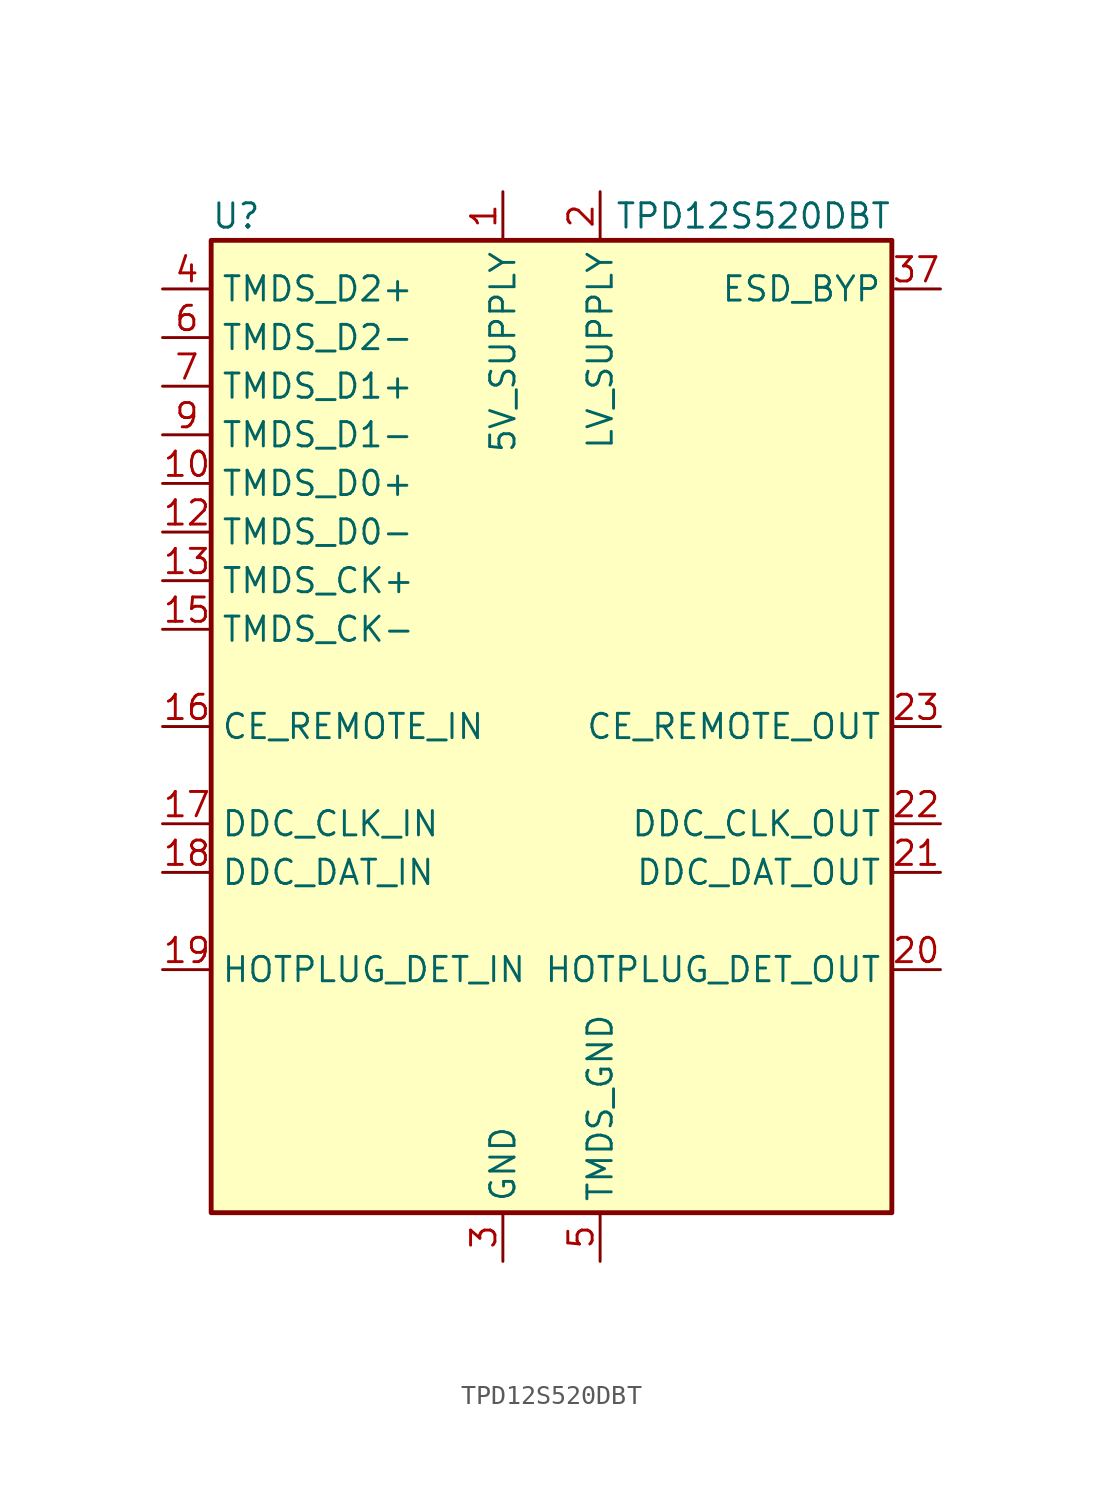
<source format=kicad_sym>
(kicad_symbol_lib
  (version 20201005)
  (generator kicad_symbol_editor)
  (symbol "TPD12S520DBT"
    (property "Reference" "U"
      (at -17.78 26.67 0)
      (effects (font (size 1.27 1.27)) (justify left)))
    (property "Value" "TPD12S520DBT"
      (at 17.78 26.67 0)
      (effects (font (size 1.27 1.27)) (justify right)))
    (symbol "TPD12S520DBT_0_1"
      (rectangle (start -17.78 25.4) (end 17.78 -25.4) (stroke (width 0.254)) (fill (type background))))
    (symbol "TPD12S520DBT_1_1"
      (pin power_in line (at -2.54 27.94 270) (length 2.54) (name "5V_SUPPLY" (effects (font (size 1.27 1.27)))) (number "1" (effects (font (size 1.27 1.27)))))
      (pin passive line (at -20.32 12.7 0) (length 2.54) (name "TMDS_D0+" (effects (font (size 1.27 1.27)))) (number "10" (effects (font (size 1.27 1.27)))))
      (pin passive line (at 2.54 -27.94 90) (length 2.54) hide (name "TMDS_GND" (effects (font (size 1.27 1.27)))) (number "11" (effects (font (size 1.27 1.27)))))
      (pin passive line (at -20.32 10.16 0) (length 2.54) (name "TMDS_D0-" (effects (font (size 1.27 1.27)))) (number "12" (effects (font (size 1.27 1.27)))))
      (pin passive line (at -20.32 7.62 0) (length 2.54) (name "TMDS_CK+" (effects (font (size 1.27 1.27)))) (number "13" (effects (font (size 1.27 1.27)))))
      (pin passive line (at 2.54 -27.94 90) (length 2.54) hide (name "TMDS_GND" (effects (font (size 1.27 1.27)))) (number "14" (effects (font (size 1.27 1.27)))))
      (pin passive line (at -20.32 5.08 0) (length 2.54) (name "TMDS_CK-" (effects (font (size 1.27 1.27)))) (number "15" (effects (font (size 1.27 1.27)))))
      (pin bidirectional line (at -20.32 0 0) (length 2.54) (name "CE_REMOTE_IN" (effects (font (size 1.27 1.27)))) (number "16" (effects (font (size 1.27 1.27)))))
      (pin bidirectional line (at -20.32 -5.08 0) (length 2.54) (name "DDC_CLK_IN" (effects (font (size 1.27 1.27)))) (number "17" (effects (font (size 1.27 1.27)))))
      (pin bidirectional line (at -20.32 -7.62 0) (length 2.54) (name "DDC_DAT_IN" (effects (font (size 1.27 1.27)))) (number "18" (effects (font (size 1.27 1.27)))))
      (pin bidirectional line (at -20.32 -12.7 0) (length 2.54) (name "HOTPLUG_DET_IN" (effects (font (size 1.27 1.27)))) (number "19" (effects (font (size 1.27 1.27)))))
      (pin power_in line (at 2.54 27.94 270) (length 2.54) (name "LV_SUPPLY" (effects (font (size 1.27 1.27)))) (number "2" (effects (font (size 1.27 1.27)))))
      (pin bidirectional line (at 20.32 -12.7 180) (length 2.54) (name "HOTPLUG_DET_OUT" (effects (font (size 1.27 1.27)))) (number "20" (effects (font (size 1.27 1.27)))))
      (pin bidirectional line (at 20.32 -7.62 180) (length 2.54) (name "DDC_DAT_OUT" (effects (font (size 1.27 1.27)))) (number "21" (effects (font (size 1.27 1.27)))))
      (pin bidirectional line (at 20.32 -5.08 180) (length 2.54) (name "DDC_CLK_OUT" (effects (font (size 1.27 1.27)))) (number "22" (effects (font (size 1.27 1.27)))))
      (pin bidirectional line (at 20.32 0 180) (length 2.54) (name "CE_REMOTE_OUT" (effects (font (size 1.27 1.27)))) (number "23" (effects (font (size 1.27 1.27)))))
      (pin passive line (at -20.32 5.08 0) (length 2.54) hide (name "TMDS_CK-" (effects (font (size 1.27 1.27)))) (number "24" (effects (font (size 1.27 1.27)))))
      (pin passive line (at 2.54 -27.94 90) (length 2.54) hide (name "TMDS_GND" (effects (font (size 1.27 1.27)))) (number "25" (effects (font (size 1.27 1.27)))))
      (pin passive line (at -20.32 7.62 0) (length 2.54) hide (name "TMDS_CK+" (effects (font (size 1.27 1.27)))) (number "26" (effects (font (size 1.27 1.27)))))
      (pin passive line (at -20.32 10.16 0) (length 2.54) hide (name "TMDS_D0-" (effects (font (size 1.27 1.27)))) (number "27" (effects (font (size 1.27 1.27)))))
      (pin passive line (at 2.54 -27.94 90) (length 2.54) hide (name "TMDS_GND" (effects (font (size 1.27 1.27)))) (number "28" (effects (font (size 1.27 1.27)))))
      (pin passive line (at -20.32 12.7 0) (length 2.54) hide (name "TMDS_D0+" (effects (font (size 1.27 1.27)))) (number "29" (effects (font (size 1.27 1.27)))))
      (pin power_in line (at -2.54 -27.94 90) (length 2.54) (name "GND" (effects (font (size 1.27 1.27)))) (number "3" (effects (font (size 1.27 1.27)))))
      (pin passive line (at -20.32 15.24 0) (length 2.54) hide (name "TMDS_D1-" (effects (font (size 1.27 1.27)))) (number "30" (effects (font (size 1.27 1.27)))))
      (pin passive line (at 2.54 -27.94 90) (length 2.54) hide (name "TMDS_GND" (effects (font (size 1.27 1.27)))) (number "31" (effects (font (size 1.27 1.27)))))
      (pin passive line (at -20.32 17.78 0) (length 2.54) hide (name "TMDS_D1+" (effects (font (size 1.27 1.27)))) (number "32" (effects (font (size 1.27 1.27)))))
      (pin passive line (at -20.32 20.32 0) (length 2.54) hide (name "TMDS_D2-" (effects (font (size 1.27 1.27)))) (number "33" (effects (font (size 1.27 1.27)))))
      (pin passive line (at 2.54 -27.94 90) (length 2.54) hide (name "TMDS_GND" (effects (font (size 1.27 1.27)))) (number "34" (effects (font (size 1.27 1.27)))))
      (pin passive line (at -20.32 22.86 0) (length 2.54) hide (name "TMDS_D2+" (effects (font (size 1.27 1.27)))) (number "35" (effects (font (size 1.27 1.27)))))
      (pin passive line (at -2.54 -27.94 90) (length 2.54) hide (name "GND" (effects (font (size 1.27 1.27)))) (number "36" (effects (font (size 1.27 1.27)))))
      (pin passive line (at 20.32 22.86 180) (length 2.54) (name "ESD_BYP" (effects (font (size 1.27 1.27)))) (number "37" (effects (font (size 1.27 1.27)))))
      (pin no_connect line (at 17.78 20.32 180) (length 2.54) hide (name "NC" (effects (font (size 1.27 1.27)))) (number "38" (effects (font (size 1.27 1.27)))))
      (pin passive line (at -20.32 22.86 0) (length 2.54) (name "TMDS_D2+" (effects (font (size 1.27 1.27)))) (number "4" (effects (font (size 1.27 1.27)))))
      (pin passive line (at 2.54 -27.94 90) (length 2.54) (name "TMDS_GND" (effects (font (size 1.27 1.27)))) (number "5" (effects (font (size 1.27 1.27)))))
      (pin passive line (at -20.32 20.32 0) (length 2.54) (name "TMDS_D2-" (effects (font (size 1.27 1.27)))) (number "6" (effects (font (size 1.27 1.27)))))
      (pin passive line (at -20.32 17.78 0) (length 2.54) (name "TMDS_D1+" (effects (font (size 1.27 1.27)))) (number "7" (effects (font (size 1.27 1.27)))))
      (pin passive line (at 2.54 -27.94 90) (length 2.54) hide (name "TMDS_GND" (effects (font (size 1.27 1.27)))) (number "8" (effects (font (size 1.27 1.27)))))
      (pin passive line (at -20.32 15.24 0) (length 2.54) (name "TMDS_D1-" (effects (font (size 1.27 1.27)))) (number "9" (effects (font (size 1.27 1.27))))))))
</source>
